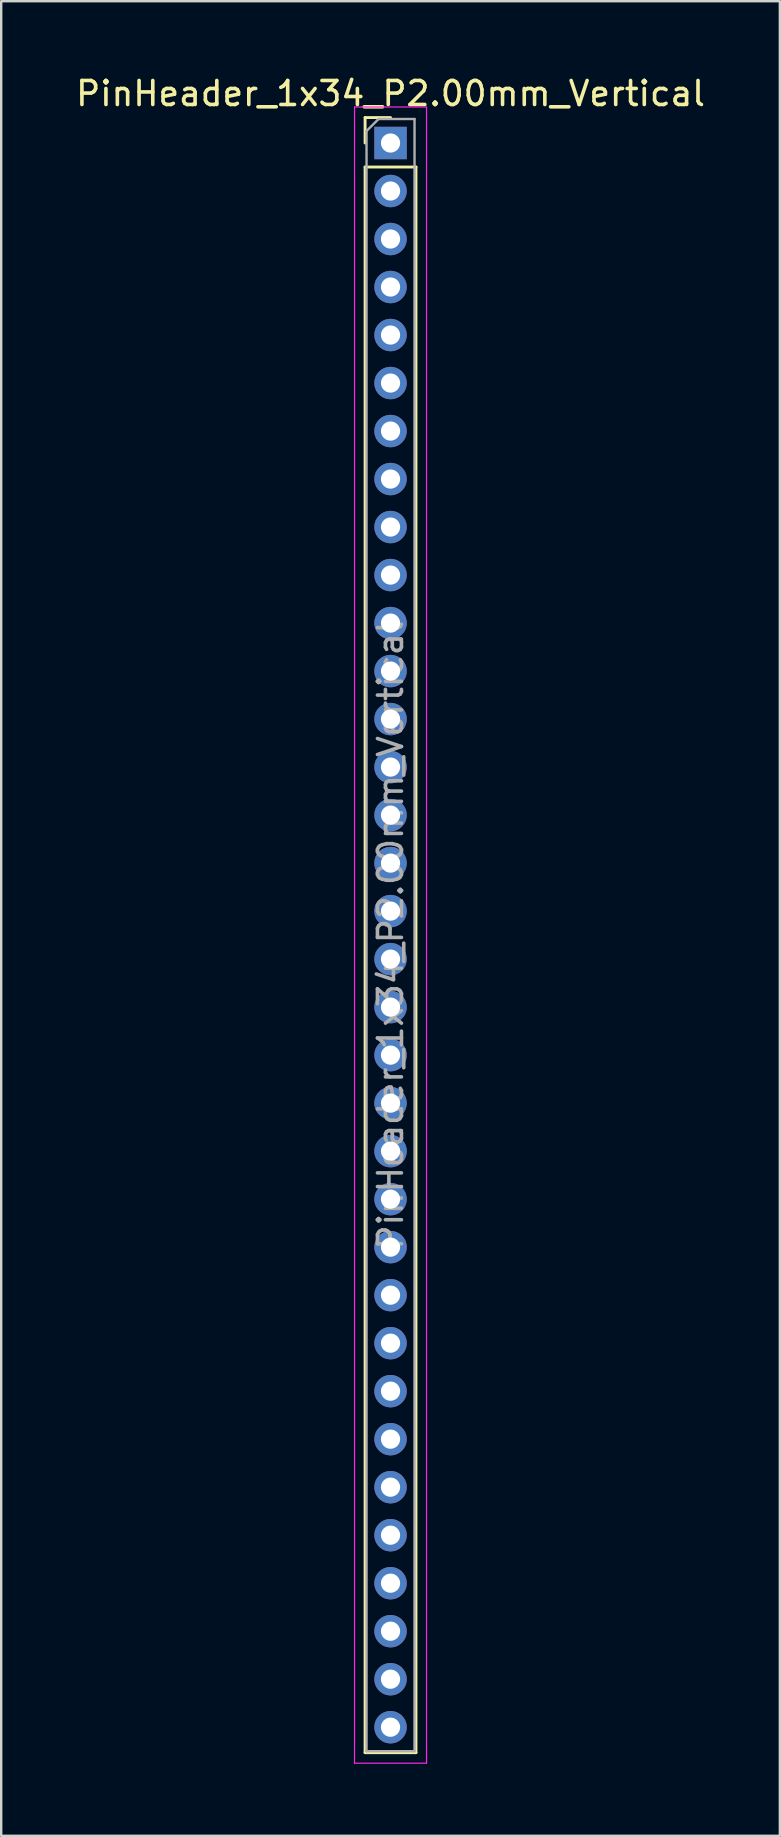
<source format=kicad_pcb>
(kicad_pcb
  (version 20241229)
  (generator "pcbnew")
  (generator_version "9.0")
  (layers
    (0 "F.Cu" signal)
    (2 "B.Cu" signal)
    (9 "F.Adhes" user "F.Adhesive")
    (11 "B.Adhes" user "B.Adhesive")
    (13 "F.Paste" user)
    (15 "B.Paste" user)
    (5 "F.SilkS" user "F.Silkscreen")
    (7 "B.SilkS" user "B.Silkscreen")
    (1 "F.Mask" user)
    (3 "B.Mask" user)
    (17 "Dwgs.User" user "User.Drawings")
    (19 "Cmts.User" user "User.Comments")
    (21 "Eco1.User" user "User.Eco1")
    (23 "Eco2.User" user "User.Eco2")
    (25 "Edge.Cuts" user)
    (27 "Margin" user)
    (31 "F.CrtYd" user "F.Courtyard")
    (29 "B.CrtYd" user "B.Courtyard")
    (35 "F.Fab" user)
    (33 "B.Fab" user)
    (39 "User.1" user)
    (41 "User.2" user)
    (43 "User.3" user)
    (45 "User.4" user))
  (footprint "PinHeader_1x34_P2.00mm_Vertical"
    (layer "F.Cu")
    (at 13.22 2.908)
    (property "Reference" "PinHeader_1x34_P2.00mm_Vertical" (at 0 -2.06 0) (layer "F.SilkS") (effects (font (size 1 1) (thickness 0.15))))
    (attr through_hole)
    (fp_line (start -1.06 -1.06) (end 0 -1.06) (stroke (width 0.12) (type solid)) (layer "F.SilkS"))
    (fp_line (start -1.06 0) (end -1.06 -1.06) (stroke (width 0.12) (type solid)) (layer "F.SilkS"))
    (fp_line (start -1.06 1) (end -1.06 67.06) (stroke (width 0.12) (type solid)) (layer "F.SilkS"))
    (fp_line (start -1.06 1) (end 1.06 1) (stroke (width 0.12) (type solid)) (layer "F.SilkS"))
    (fp_line (start -1.06 67.06) (end 1.06 67.06) (stroke (width 0.12) (type solid)) (layer "F.SilkS"))
    (fp_line (start 1.06 1) (end 1.06 67.06) (stroke (width 0.12) (type solid)) (layer "F.SilkS"))
    (fp_line (start -1.5 -1.5) (end -1.5 67.5) (stroke (width 0.05) (type solid)) (layer "F.CrtYd"))
    (fp_line (start -1.5 67.5) (end 1.5 67.5) (stroke (width 0.05) (type solid)) (layer "F.CrtYd"))
    (fp_line (start 1.5 -1.5) (end -1.5 -1.5) (stroke (width 0.05) (type solid)) (layer "F.CrtYd"))
    (fp_line (start 1.5 67.5) (end 1.5 -1.5) (stroke (width 0.05) (type solid)) (layer "F.CrtYd"))
    (fp_line (start -1 -0.5) (end -0.5 -1) (stroke (width 0.1) (type solid)) (layer "F.Fab"))
    (fp_line (start -1 67) (end -1 -0.5) (stroke (width 0.1) (type solid)) (layer "F.Fab"))
    (fp_line (start -0.5 -1) (end 1 -1) (stroke (width 0.1) (type solid)) (layer "F.Fab"))
    (fp_line (start 1 -1) (end 1 67) (stroke (width 0.1) (type solid)) (layer "F.Fab"))
    (fp_line (start 1 67) (end -1 67) (stroke (width 0.1) (type solid)) (layer "F.Fab"))
    (fp_text user "${REFERENCE}" (at 0 33 90) (layer "F.Fab") (effects (font (size 1 1) (thickness 0.15))))
    (pad "1" thru_hole rect (at 0 0) (size 1.35 1.35) (drill 0.8) (layers "*.Cu" "*.Mask"))
    (pad "2" thru_hole oval (at 0 2) (size 1.35 1.35) (drill 0.8) (layers "*.Cu" "*.Mask"))
    (pad "3" thru_hole oval (at 0 4) (size 1.35 1.35) (drill 0.8) (layers "*.Cu" "*.Mask"))
    (pad "4" thru_hole oval (at 0 6) (size 1.35 1.35) (drill 0.8) (layers "*.Cu" "*.Mask"))
    (pad "5" thru_hole oval (at 0 8) (size 1.35 1.35) (drill 0.8) (layers "*.Cu" "*.Mask"))
    (pad "6" thru_hole oval (at 0 10) (size 1.35 1.35) (drill 0.8) (layers "*.Cu" "*.Mask"))
    (pad "7" thru_hole oval (at 0 12) (size 1.35 1.35) (drill 0.8) (layers "*.Cu" "*.Mask"))
    (pad "8" thru_hole oval (at 0 14) (size 1.35 1.35) (drill 0.8) (layers "*.Cu" "*.Mask"))
    (pad "9" thru_hole oval (at 0 16) (size 1.35 1.35) (drill 0.8) (layers "*.Cu" "*.Mask"))
    (pad "10" thru_hole oval (at 0 18) (size 1.35 1.35) (drill 0.8) (layers "*.Cu" "*.Mask"))
    (pad "11" thru_hole oval (at 0 20) (size 1.35 1.35) (drill 0.8) (layers "*.Cu" "*.Mask"))
    (pad "12" thru_hole oval (at 0 22) (size 1.35 1.35) (drill 0.8) (layers "*.Cu" "*.Mask"))
    (pad "13" thru_hole oval (at 0 24) (size 1.35 1.35) (drill 0.8) (layers "*.Cu" "*.Mask"))
    (pad "14" thru_hole oval (at 0 26) (size 1.35 1.35) (drill 0.8) (layers "*.Cu" "*.Mask"))
    (pad "15" thru_hole oval (at 0 28) (size 1.35 1.35) (drill 0.8) (layers "*.Cu" "*.Mask"))
    (pad "16" thru_hole oval (at 0 30) (size 1.35 1.35) (drill 0.8) (layers "*.Cu" "*.Mask"))
    (pad "17" thru_hole oval (at 0 32) (size 1.35 1.35) (drill 0.8) (layers "*.Cu" "*.Mask"))
    (pad "18" thru_hole oval (at 0 34) (size 1.35 1.35) (drill 0.8) (layers "*.Cu" "*.Mask"))
    (pad "19" thru_hole oval (at 0 36) (size 1.35 1.35) (drill 0.8) (layers "*.Cu" "*.Mask"))
    (pad "20" thru_hole oval (at 0 38) (size 1.35 1.35) (drill 0.8) (layers "*.Cu" "*.Mask"))
    (pad "21" thru_hole oval (at 0 40) (size 1.35 1.35) (drill 0.8) (layers "*.Cu" "*.Mask"))
    (pad "22" thru_hole oval (at 0 42) (size 1.35 1.35) (drill 0.8) (layers "*.Cu" "*.Mask"))
    (pad "23" thru_hole oval (at 0 44) (size 1.35 1.35) (drill 0.8) (layers "*.Cu" "*.Mask"))
    (pad "24" thru_hole oval (at 0 46) (size 1.35 1.35) (drill 0.8) (layers "*.Cu" "*.Mask"))
    (pad "25" thru_hole oval (at 0 48) (size 1.35 1.35) (drill 0.8) (layers "*.Cu" "*.Mask"))
    (pad "26" thru_hole oval (at 0 50) (size 1.35 1.35) (drill 0.8) (layers "*.Cu" "*.Mask"))
    (pad "27" thru_hole oval (at 0 52) (size 1.35 1.35) (drill 0.8) (layers "*.Cu" "*.Mask"))
    (pad "28" thru_hole oval (at 0 54) (size 1.35 1.35) (drill 0.8) (layers "*.Cu" "*.Mask"))
    (pad "29" thru_hole oval (at 0 56) (size 1.35 1.35) (drill 0.8) (layers "*.Cu" "*.Mask"))
    (pad "30" thru_hole oval (at 0 58) (size 1.35 1.35) (drill 0.8) (layers "*.Cu" "*.Mask"))
    (pad "31" thru_hole oval (at 0 60) (size 1.35 1.35) (drill 0.8) (layers "*.Cu" "*.Mask"))
    (pad "32" thru_hole oval (at 0 62) (size 1.35 1.35) (drill 0.8) (layers "*.Cu" "*.Mask"))
    (pad "33" thru_hole oval (at 0 64) (size 1.35 1.35) (drill 0.8) (layers "*.Cu" "*.Mask"))
    (pad "34" thru_hole oval (at 0 66) (size 1.35 1.35) (drill 0.8) (layers "*.Cu" "*.Mask")))
  (gr_rect
    (start -3 -3)
    (end 29.44 73.433)
    (stroke (width 0.1) (type default))
    (fill no)
    (layer "Edge.Cuts")))
</source>
